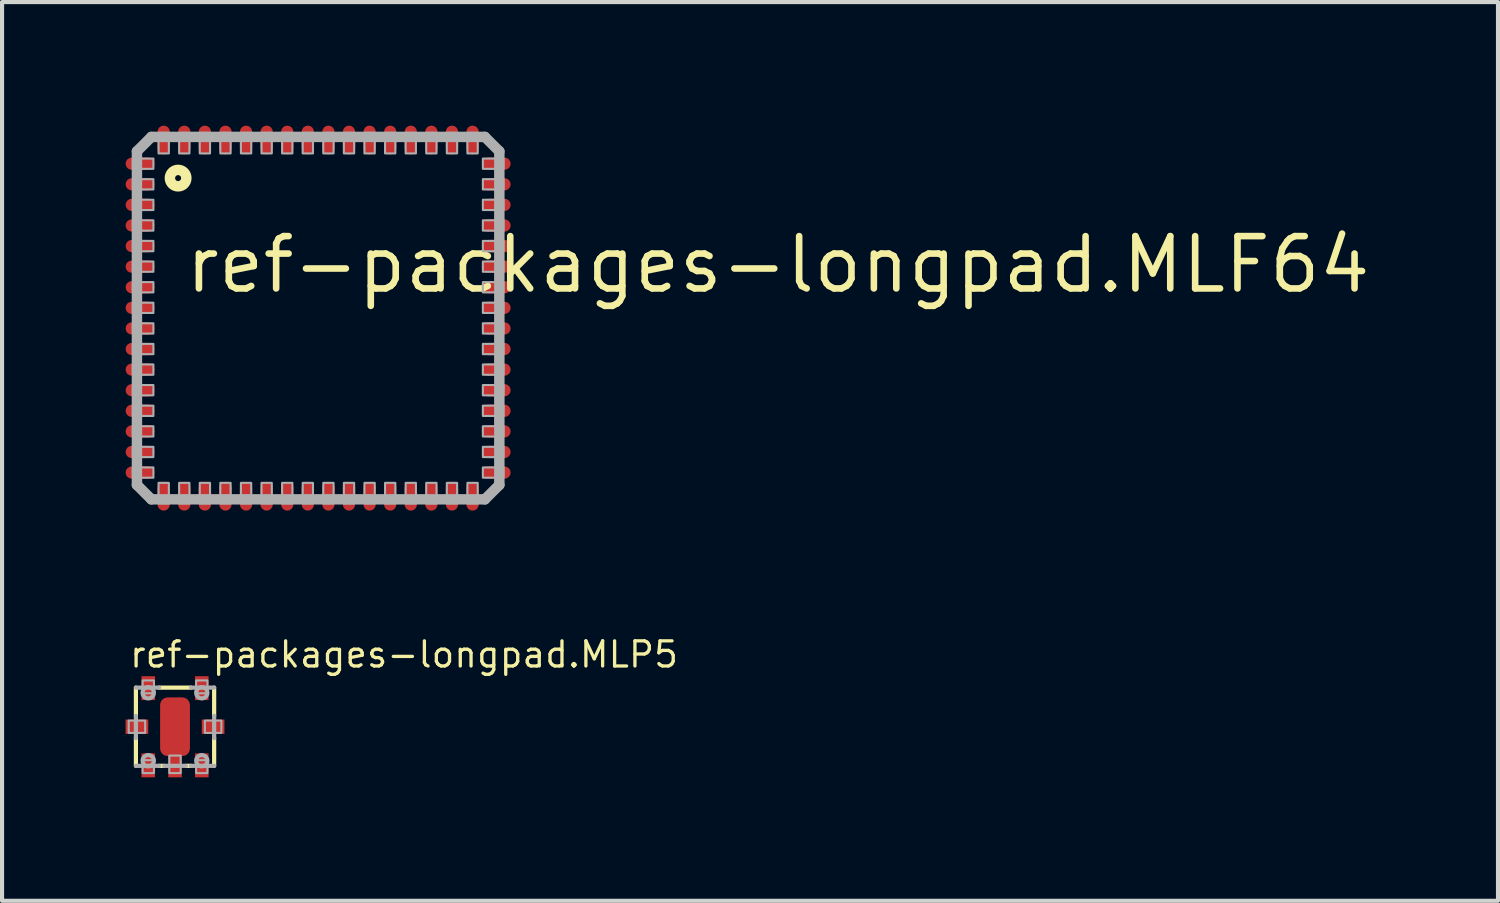
<source format=kicad_pcb>
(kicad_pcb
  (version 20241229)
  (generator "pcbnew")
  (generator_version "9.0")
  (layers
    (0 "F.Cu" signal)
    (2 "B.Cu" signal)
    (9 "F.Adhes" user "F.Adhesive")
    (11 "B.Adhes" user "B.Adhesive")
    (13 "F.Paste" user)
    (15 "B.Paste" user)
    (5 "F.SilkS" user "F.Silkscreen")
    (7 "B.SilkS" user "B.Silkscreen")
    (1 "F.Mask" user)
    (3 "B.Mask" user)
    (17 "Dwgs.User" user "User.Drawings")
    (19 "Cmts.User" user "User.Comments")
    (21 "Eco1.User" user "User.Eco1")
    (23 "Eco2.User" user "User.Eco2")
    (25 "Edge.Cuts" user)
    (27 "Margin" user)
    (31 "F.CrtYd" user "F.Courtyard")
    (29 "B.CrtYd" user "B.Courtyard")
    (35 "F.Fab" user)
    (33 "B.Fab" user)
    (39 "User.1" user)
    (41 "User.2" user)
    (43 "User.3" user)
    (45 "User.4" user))
  (footprint "ref-packages-longpad.MLF64"
    (layer "F.Cu")
    (at 4.675 4.675)
    (property "Reference" "ref-packages-longpad.MLF64" (at -3.302 -0.558 0) (layer "F.SilkS") (effects (font (size 1.27 1.27) (thickness 0.16)) (justify left bottom)))
    (attr smd)
    (fp_circle (center -3.4 -3.4) (end -3.2 -3.4) (stroke (width 0.254) (type default)) (fill no) (layer "F.SilkS"))
    (fp_line (start -4.4 -4.05) (end -4.05 -4.4) (stroke (width 0.254) (type default)) (layer "F.Fab"))
    (fp_line (start -4.4 4.05) (end -4.4 -4.05) (stroke (width 0.254) (type default)) (layer "F.Fab"))
    (fp_line (start -4.05 -4.4) (end 4.05 -4.4) (stroke (width 0.254) (type default)) (layer "F.Fab"))
    (fp_line (start -4.05 4.4) (end -4.4 4.05) (stroke (width 0.254) (type default)) (layer "F.Fab"))
    (fp_line (start 4.05 -4.4) (end 4.4 -4.05) (stroke (width 0.254) (type default)) (layer "F.Fab"))
    (fp_line (start 4.05 4.4) (end -4.05 4.4) (stroke (width 0.254) (type default)) (layer "F.Fab"))
    (fp_line (start 4.4 -4.05) (end 4.4 4.05) (stroke (width 0.254) (type default)) (layer "F.Fab"))
    (fp_line (start 4.4 4.05) (end 4.05 4.4) (stroke (width 0.254) (type default)) (layer "F.Fab"))
    (fp_rect (start -4.5 -3.625) (end -4 -3.875) (stroke (width 0.05) (type default)) (fill no) (layer "F.Fab"))
    (fp_rect (start -4.5 -3.125) (end -4 -3.375) (stroke (width 0.05) (type default)) (fill no) (layer "F.Fab"))
    (fp_rect (start -4.5 -2.625) (end -4 -2.875) (stroke (width 0.05) (type default)) (fill no) (layer "F.Fab"))
    (fp_rect (start -4.5 -2.125) (end -4 -2.375) (stroke (width 0.05) (type default)) (fill no) (layer "F.Fab"))
    (fp_rect (start -4.5 -1.625) (end -4 -1.875) (stroke (width 0.05) (type default)) (fill no) (layer "F.Fab"))
    (fp_rect (start -4.5 -1.125) (end -4 -1.375) (stroke (width 0.05) (type default)) (fill no) (layer "F.Fab"))
    (fp_rect (start -4.5 -0.625) (end -4 -0.875) (stroke (width 0.05) (type default)) (fill no) (layer "F.Fab"))
    (fp_rect (start -4.5 -0.125) (end -4 -0.375) (stroke (width 0.05) (type default)) (fill no) (layer "F.Fab"))
    (fp_rect (start -4.5 0.375) (end -4 0.125) (stroke (width 0.05) (type default)) (fill no) (layer "F.Fab"))
    (fp_rect (start -4.5 0.875) (end -4 0.625) (stroke (width 0.05) (type default)) (fill no) (layer "F.Fab"))
    (fp_rect (start -4.5 1.375) (end -4 1.125) (stroke (width 0.05) (type default)) (fill no) (layer "F.Fab"))
    (fp_rect (start -4.5 1.875) (end -4 1.625) (stroke (width 0.05) (type default)) (fill no) (layer "F.Fab"))
    (fp_rect (start -4.5 2.375) (end -4 2.125) (stroke (width 0.05) (type default)) (fill no) (layer "F.Fab"))
    (fp_rect (start -4.5 2.875) (end -4 2.625) (stroke (width 0.05) (type default)) (fill no) (layer "F.Fab"))
    (fp_rect (start -4.5 3.375) (end -4 3.125) (stroke (width 0.05) (type default)) (fill no) (layer "F.Fab"))
    (fp_rect (start -4.5 3.875) (end -4 3.625) (stroke (width 0.05) (type default)) (fill no) (layer "F.Fab"))
    (fp_rect (start -3.875 -4) (end -3.625 -4.5) (stroke (width 0.05) (type default)) (fill no) (layer "F.Fab"))
    (fp_rect (start -3.875 4.5) (end -3.625 4) (stroke (width 0.05) (type default)) (fill no) (layer "F.Fab"))
    (fp_rect (start -3.375 -4) (end -3.125 -4.5) (stroke (width 0.05) (type default)) (fill no) (layer "F.Fab"))
    (fp_rect (start -3.375 4.5) (end -3.125 4) (stroke (width 0.05) (type default)) (fill no) (layer "F.Fab"))
    (fp_rect (start -2.875 -4) (end -2.625 -4.5) (stroke (width 0.05) (type default)) (fill no) (layer "F.Fab"))
    (fp_rect (start -2.875 4.5) (end -2.625 4) (stroke (width 0.05) (type default)) (fill no) (layer "F.Fab"))
    (fp_rect (start -2.375 -4) (end -2.125 -4.5) (stroke (width 0.05) (type default)) (fill no) (layer "F.Fab"))
    (fp_rect (start -2.375 4.5) (end -2.125 4) (stroke (width 0.05) (type default)) (fill no) (layer "F.Fab"))
    (fp_rect (start -1.875 -4) (end -1.625 -4.5) (stroke (width 0.05) (type default)) (fill no) (layer "F.Fab"))
    (fp_rect (start -1.875 4.5) (end -1.625 4) (stroke (width 0.05) (type default)) (fill no) (layer "F.Fab"))
    (fp_rect (start -1.375 -4) (end -1.125 -4.5) (stroke (width 0.05) (type default)) (fill no) (layer "F.Fab"))
    (fp_rect (start -1.375 4.5) (end -1.125 4) (stroke (width 0.05) (type default)) (fill no) (layer "F.Fab"))
    (fp_rect (start -0.875 -4) (end -0.625 -4.5) (stroke (width 0.05) (type default)) (fill no) (layer "F.Fab"))
    (fp_rect (start -0.875 4.5) (end -0.625 4) (stroke (width 0.05) (type default)) (fill no) (layer "F.Fab"))
    (fp_rect (start -0.375 -4) (end -0.125 -4.5) (stroke (width 0.05) (type default)) (fill no) (layer "F.Fab"))
    (fp_rect (start -0.375 4.5) (end -0.125 4) (stroke (width 0.05) (type default)) (fill no) (layer "F.Fab"))
    (fp_rect (start 0.125 -4) (end 0.375 -4.5) (stroke (width 0.05) (type default)) (fill no) (layer "F.Fab"))
    (fp_rect (start 0.125 4.5) (end 0.375 4) (stroke (width 0.05) (type default)) (fill no) (layer "F.Fab"))
    (fp_rect (start 0.625 -4) (end 0.875 -4.5) (stroke (width 0.05) (type default)) (fill no) (layer "F.Fab"))
    (fp_rect (start 0.625 4.5) (end 0.875 4) (stroke (width 0.05) (type default)) (fill no) (layer "F.Fab"))
    (fp_rect (start 1.125 -4) (end 1.375 -4.5) (stroke (width 0.05) (type default)) (fill no) (layer "F.Fab"))
    (fp_rect (start 1.125 4.5) (end 1.375 4) (stroke (width 0.05) (type default)) (fill no) (layer "F.Fab"))
    (fp_rect (start 1.625 -4) (end 1.875 -4.5) (stroke (width 0.05) (type default)) (fill no) (layer "F.Fab"))
    (fp_rect (start 1.625 4.5) (end 1.875 4) (stroke (width 0.05) (type default)) (fill no) (layer "F.Fab"))
    (fp_rect (start 2.125 -4) (end 2.375 -4.5) (stroke (width 0.05) (type default)) (fill no) (layer "F.Fab"))
    (fp_rect (start 2.125 4.5) (end 2.375 4) (stroke (width 0.05) (type default)) (fill no) (layer "F.Fab"))
    (fp_rect (start 2.625 -4) (end 2.875 -4.5) (stroke (width 0.05) (type default)) (fill no) (layer "F.Fab"))
    (fp_rect (start 2.625 4.5) (end 2.875 4) (stroke (width 0.05) (type default)) (fill no) (layer "F.Fab"))
    (fp_rect (start 3.125 -4) (end 3.375 -4.5) (stroke (width 0.05) (type default)) (fill no) (layer "F.Fab"))
    (fp_rect (start 3.125 4.5) (end 3.375 4) (stroke (width 0.05) (type default)) (fill no) (layer "F.Fab"))
    (fp_rect (start 3.625 -4) (end 3.875 -4.5) (stroke (width 0.05) (type default)) (fill no) (layer "F.Fab"))
    (fp_rect (start 3.625 4.5) (end 3.875 4) (stroke (width 0.05) (type default)) (fill no) (layer "F.Fab"))
    (fp_rect (start 4 -3.625) (end 4.5 -3.875) (stroke (width 0.05) (type default)) (fill no) (layer "F.Fab"))
    (fp_rect (start 4 -3.125) (end 4.5 -3.375) (stroke (width 0.05) (type default)) (fill no) (layer "F.Fab"))
    (fp_rect (start 4 -2.625) (end 4.5 -2.875) (stroke (width 0.05) (type default)) (fill no) (layer "F.Fab"))
    (fp_rect (start 4 -2.125) (end 4.5 -2.375) (stroke (width 0.05) (type default)) (fill no) (layer "F.Fab"))
    (fp_rect (start 4 -1.625) (end 4.5 -1.875) (stroke (width 0.05) (type default)) (fill no) (layer "F.Fab"))
    (fp_rect (start 4 -1.125) (end 4.5 -1.375) (stroke (width 0.05) (type default)) (fill no) (layer "F.Fab"))
    (fp_rect (start 4 -0.625) (end 4.5 -0.875) (stroke (width 0.05) (type default)) (fill no) (layer "F.Fab"))
    (fp_rect (start 4 -0.125) (end 4.5 -0.375) (stroke (width 0.05) (type default)) (fill no) (layer "F.Fab"))
    (fp_rect (start 4 0.375) (end 4.5 0.125) (stroke (width 0.05) (type default)) (fill no) (layer "F.Fab"))
    (fp_rect (start 4 0.875) (end 4.5 0.625) (stroke (width 0.05) (type default)) (fill no) (layer "F.Fab"))
    (fp_rect (start 4 1.375) (end 4.5 1.125) (stroke (width 0.05) (type default)) (fill no) (layer "F.Fab"))
    (fp_rect (start 4 1.875) (end 4.5 1.625) (stroke (width 0.05) (type default)) (fill no) (layer "F.Fab"))
    (fp_rect (start 4 2.375) (end 4.5 2.125) (stroke (width 0.05) (type default)) (fill no) (layer "F.Fab"))
    (fp_rect (start 4 2.875) (end 4.5 2.625) (stroke (width 0.05) (type default)) (fill no) (layer "F.Fab"))
    (fp_rect (start 4 3.375) (end 4.5 3.125) (stroke (width 0.05) (type default)) (fill no) (layer "F.Fab"))
    (fp_rect (start 4 3.875) (end 4.5 3.625) (stroke (width 0.05) (type default)) (fill no) (layer "F.Fab"))
    (pad "1" smd roundrect (at -4.325 -3.75) (size 0.7 0.3) (layers "F.Cu" "F.Mask" "F.Paste") (roundrect_rratio 0.5))
    (pad "2" smd roundrect (at -4.325 -3.25) (size 0.7 0.3) (layers "F.Cu" "F.Mask" "F.Paste") (roundrect_rratio 0.5))
    (pad "3" smd roundrect (at -4.325 -2.75) (size 0.7 0.3) (layers "F.Cu" "F.Mask" "F.Paste") (roundrect_rratio 0.5))
    (pad "4" smd roundrect (at -4.325 -2.25) (size 0.7 0.3) (layers "F.Cu" "F.Mask" "F.Paste") (roundrect_rratio 0.5))
    (pad "5" smd roundrect (at -4.325 -1.75) (size 0.7 0.3) (layers "F.Cu" "F.Mask" "F.Paste") (roundrect_rratio 0.5))
    (pad "6" smd roundrect (at -4.325 -1.25) (size 0.7 0.3) (layers "F.Cu" "F.Mask" "F.Paste") (roundrect_rratio 0.5))
    (pad "7" smd roundrect (at -4.325 -0.75) (size 0.7 0.3) (layers "F.Cu" "F.Mask" "F.Paste") (roundrect_rratio 0.5))
    (pad "8" smd roundrect (at -4.325 -0.25) (size 0.7 0.3) (layers "F.Cu" "F.Mask" "F.Paste") (roundrect_rratio 0.5))
    (pad "9" smd roundrect (at -4.325 0.25) (size 0.7 0.3) (layers "F.Cu" "F.Mask" "F.Paste") (roundrect_rratio 0.5))
    (pad "10" smd roundrect (at -4.325 0.75) (size 0.7 0.3) (layers "F.Cu" "F.Mask" "F.Paste") (roundrect_rratio 0.5))
    (pad "11" smd roundrect (at -4.325 1.25) (size 0.7 0.3) (layers "F.Cu" "F.Mask" "F.Paste") (roundrect_rratio 0.5))
    (pad "12" smd roundrect (at -4.325 1.75) (size 0.7 0.3) (layers "F.Cu" "F.Mask" "F.Paste") (roundrect_rratio 0.5))
    (pad "13" smd roundrect (at -4.325 2.25) (size 0.7 0.3) (layers "F.Cu" "F.Mask" "F.Paste") (roundrect_rratio 0.5))
    (pad "14" smd roundrect (at -4.325 2.75) (size 0.7 0.3) (layers "F.Cu" "F.Mask" "F.Paste") (roundrect_rratio 0.5))
    (pad "15" smd roundrect (at -4.325 3.25) (size 0.7 0.3) (layers "F.Cu" "F.Mask" "F.Paste") (roundrect_rratio 0.5))
    (pad "16" smd roundrect (at -4.325 3.75) (size 0.7 0.3) (layers "F.Cu" "F.Mask" "F.Paste") (roundrect_rratio 0.5))
    (pad "17" smd roundrect (at -3.75 4.325) (size 0.3 0.7) (layers "F.Cu" "F.Mask" "F.Paste") (roundrect_rratio 0.5))
    (pad "18" smd roundrect (at -3.25 4.325) (size 0.3 0.7) (layers "F.Cu" "F.Mask" "F.Paste") (roundrect_rratio 0.5))
    (pad "19" smd roundrect (at -2.75 4.325) (size 0.3 0.7) (layers "F.Cu" "F.Mask" "F.Paste") (roundrect_rratio 0.5))
    (pad "20" smd roundrect (at -2.25 4.325) (size 0.3 0.7) (layers "F.Cu" "F.Mask" "F.Paste") (roundrect_rratio 0.5))
    (pad "21" smd roundrect (at -1.75 4.325) (size 0.3 0.7) (layers "F.Cu" "F.Mask" "F.Paste") (roundrect_rratio 0.5))
    (pad "22" smd roundrect (at -1.25 4.325) (size 0.3 0.7) (layers "F.Cu" "F.Mask" "F.Paste") (roundrect_rratio 0.5))
    (pad "23" smd roundrect (at -0.75 4.325) (size 0.3 0.7) (layers "F.Cu" "F.Mask" "F.Paste") (roundrect_rratio 0.5))
    (pad "24" smd roundrect (at -0.25 4.325) (size 0.3 0.7) (layers "F.Cu" "F.Mask" "F.Paste") (roundrect_rratio 0.5))
    (pad "25" smd roundrect (at 0.25 4.325) (size 0.3 0.7) (layers "F.Cu" "F.Mask" "F.Paste") (roundrect_rratio 0.5))
    (pad "26" smd roundrect (at 0.75 4.325) (size 0.3 0.7) (layers "F.Cu" "F.Mask" "F.Paste") (roundrect_rratio 0.5))
    (pad "27" smd roundrect (at 1.25 4.325) (size 0.3 0.7) (layers "F.Cu" "F.Mask" "F.Paste") (roundrect_rratio 0.5))
    (pad "28" smd roundrect (at 1.75 4.325) (size 0.3 0.7) (layers "F.Cu" "F.Mask" "F.Paste") (roundrect_rratio 0.5))
    (pad "29" smd roundrect (at 2.25 4.325) (size 0.3 0.7) (layers "F.Cu" "F.Mask" "F.Paste") (roundrect_rratio 0.5))
    (pad "30" smd roundrect (at 2.75 4.325) (size 0.3 0.7) (layers "F.Cu" "F.Mask" "F.Paste") (roundrect_rratio 0.5))
    (pad "31" smd roundrect (at 3.25 4.325) (size 0.3 0.7) (layers "F.Cu" "F.Mask" "F.Paste") (roundrect_rratio 0.5))
    (pad "32" smd roundrect (at 3.75 4.325) (size 0.3 0.7) (layers "F.Cu" "F.Mask" "F.Paste") (roundrect_rratio 0.5))
    (pad "33" smd roundrect (at 4.325 3.75) (size 0.7 0.3) (layers "F.Cu" "F.Mask" "F.Paste") (roundrect_rratio 0.5))
    (pad "34" smd roundrect (at 4.325 3.25) (size 0.7 0.3) (layers "F.Cu" "F.Mask" "F.Paste") (roundrect_rratio 0.5))
    (pad "35" smd roundrect (at 4.325 2.75) (size 0.7 0.3) (layers "F.Cu" "F.Mask" "F.Paste") (roundrect_rratio 0.5))
    (pad "36" smd roundrect (at 4.325 2.25) (size 0.7 0.3) (layers "F.Cu" "F.Mask" "F.Paste") (roundrect_rratio 0.5))
    (pad "37" smd roundrect (at 4.325 1.75) (size 0.7 0.3) (layers "F.Cu" "F.Mask" "F.Paste") (roundrect_rratio 0.5))
    (pad "38" smd roundrect (at 4.325 1.25) (size 0.7 0.3) (layers "F.Cu" "F.Mask" "F.Paste") (roundrect_rratio 0.5))
    (pad "39" smd roundrect (at 4.325 0.75) (size 0.7 0.3) (layers "F.Cu" "F.Mask" "F.Paste") (roundrect_rratio 0.5))
    (pad "40" smd roundrect (at 4.325 0.25) (size 0.7 0.3) (layers "F.Cu" "F.Mask" "F.Paste") (roundrect_rratio 0.5))
    (pad "41" smd roundrect (at 4.325 -0.25) (size 0.7 0.3) (layers "F.Cu" "F.Mask" "F.Paste") (roundrect_rratio 0.5))
    (pad "42" smd roundrect (at 4.325 -0.75) (size 0.7 0.3) (layers "F.Cu" "F.Mask" "F.Paste") (roundrect_rratio 0.5))
    (pad "43" smd roundrect (at 4.325 -1.25) (size 0.7 0.3) (layers "F.Cu" "F.Mask" "F.Paste") (roundrect_rratio 0.5))
    (pad "44" smd roundrect (at 4.325 -1.75) (size 0.7 0.3) (layers "F.Cu" "F.Mask" "F.Paste") (roundrect_rratio 0.5))
    (pad "45" smd roundrect (at 4.325 -2.25) (size 0.7 0.3) (layers "F.Cu" "F.Mask" "F.Paste") (roundrect_rratio 0.5))
    (pad "46" smd roundrect (at 4.325 -2.75) (size 0.7 0.3) (layers "F.Cu" "F.Mask" "F.Paste") (roundrect_rratio 0.5))
    (pad "47" smd roundrect (at 4.325 -3.25) (size 0.7 0.3) (layers "F.Cu" "F.Mask" "F.Paste") (roundrect_rratio 0.5))
    (pad "48" smd roundrect (at 4.325 -3.75) (size 0.7 0.3) (layers "F.Cu" "F.Mask" "F.Paste") (roundrect_rratio 0.5))
    (pad "49" smd roundrect (at 3.75 -4.325) (size 0.3 0.7) (layers "F.Cu" "F.Mask" "F.Paste") (roundrect_rratio 0.5))
    (pad "50" smd roundrect (at 3.25 -4.325) (size 0.3 0.7) (layers "F.Cu" "F.Mask" "F.Paste") (roundrect_rratio 0.5))
    (pad "51" smd roundrect (at 2.75 -4.325) (size 0.3 0.7) (layers "F.Cu" "F.Mask" "F.Paste") (roundrect_rratio 0.5))
    (pad "52" smd roundrect (at 2.25 -4.325) (size 0.3 0.7) (layers "F.Cu" "F.Mask" "F.Paste") (roundrect_rratio 0.5))
    (pad "53" smd roundrect (at 1.75 -4.325) (size 0.3 0.7) (layers "F.Cu" "F.Mask" "F.Paste") (roundrect_rratio 0.5))
    (pad "54" smd roundrect (at 1.25 -4.325) (size 0.3 0.7) (layers "F.Cu" "F.Mask" "F.Paste") (roundrect_rratio 0.5))
    (pad "55" smd roundrect (at 0.75 -4.325) (size 0.3 0.7) (layers "F.Cu" "F.Mask" "F.Paste") (roundrect_rratio 0.5))
    (pad "56" smd roundrect (at 0.25 -4.325) (size 0.3 0.7) (layers "F.Cu" "F.Mask" "F.Paste") (roundrect_rratio 0.5))
    (pad "57" smd roundrect (at -0.25 -4.325) (size 0.3 0.7) (layers "F.Cu" "F.Mask" "F.Paste") (roundrect_rratio 0.5))
    (pad "58" smd roundrect (at -0.75 -4.325) (size 0.3 0.7) (layers "F.Cu" "F.Mask" "F.Paste") (roundrect_rratio 0.5))
    (pad "59" smd roundrect (at -1.25 -4.325) (size 0.3 0.7) (layers "F.Cu" "F.Mask" "F.Paste") (roundrect_rratio 0.5))
    (pad "60" smd roundrect (at -1.75 -4.325) (size 0.3 0.7) (layers "F.Cu" "F.Mask" "F.Paste") (roundrect_rratio 0.5))
    (pad "61" smd roundrect (at -2.25 -4.325) (size 0.3 0.7) (layers "F.Cu" "F.Mask" "F.Paste") (roundrect_rratio 0.5))
    (pad "62" smd roundrect (at -2.75 -4.325) (size 0.3 0.7) (layers "F.Cu" "F.Mask" "F.Paste") (roundrect_rratio 0.5))
    (pad "63" smd roundrect (at -3.25 -4.325) (size 0.3 0.7) (layers "F.Cu" "F.Mask" "F.Paste") (roundrect_rratio 0.5))
    (pad "64" smd roundrect (at -3.75 -4.325) (size 0.3 0.7) (layers "F.Cu" "F.Mask" "F.Paste") (roundrect_rratio 0.5)))
  (footprint "ref-packages-longpad.MLP5"
    (layer "F.Cu")
    (at 1.2 14.597)
    (property "Reference" "ref-packages-longpad.MLP5" (at -1.143 -1.397 0) (layer "F.SilkS") (effects (font (size 0.61 0.61) (thickness 0.08)) (justify left bottom)))
    (attr smd)
    (fp_line (start -0.95 -0.263) (end -0.95 -0.95) (stroke (width 0.102) (type default)) (layer "F.SilkS"))
    (fp_line (start -0.95 0.95) (end -0.95 0.275) (stroke (width 0.102) (type default)) (layer "F.SilkS"))
    (fp_line (start -0.388 -0.95) (end 0.388 -0.95) (stroke (width 0.102) (type default)) (layer "F.SilkS"))
    (fp_line (start -0.263 0.95) (end -0.388 0.95) (stroke (width 0.102) (type default)) (layer "F.SilkS"))
    (fp_line (start 0.388 0.95) (end 0.263 0.95) (stroke (width 0.102) (type default)) (layer "F.SilkS"))
    (fp_line (start 0.95 -0.95) (end 0.95 -0.263) (stroke (width 0.102) (type default)) (layer "F.SilkS"))
    (fp_line (start 0.95 0.275) (end 0.95 0.95) (stroke (width 0.102) (type default)) (layer "F.SilkS"))
    (fp_line (start -0.95 -0.95) (end -0.388 -0.95) (stroke (width 0.102) (type default)) (layer "F.Fab"))
    (fp_line (start -0.95 0.275) (end -0.95 -0.263) (stroke (width 0.102) (type default)) (layer "F.Fab"))
    (fp_line (start -0.388 0.95) (end -0.95 0.95) (stroke (width 0.102) (type default)) (layer "F.Fab"))
    (fp_line (start 0.263 0.95) (end -0.263 0.95) (stroke (width 0.102) (type default)) (layer "F.Fab"))
    (fp_line (start 0.388 -0.95) (end 0.95 -0.95) (stroke (width 0.102) (type default)) (layer "F.Fab"))
    (fp_line (start 0.95 -0.263) (end 0.95 0.275) (stroke (width 0.102) (type default)) (layer "F.Fab"))
    (fp_line (start 0.95 0.95) (end 0.388 0.95) (stroke (width 0.102) (type default)) (layer "F.Fab"))
    (fp_rect (start -1.125 0.15) (end -0.725 -0.15) (stroke (width 0.05) (type default)) (fill no) (layer "F.Fab"))
    (fp_rect (start -0.787 -0.812) (end -0.512 -1.125) (stroke (width 0.05) (type default)) (fill no) (layer "F.Fab"))
    (fp_rect (start -0.787 1.125) (end -0.512 0.812) (stroke (width 0.05) (type default)) (fill no) (layer "F.Fab"))
    (fp_rect (start -0.138 1.125) (end 0.138 0.7) (stroke (width 0.05) (type default)) (fill no) (layer "F.Fab"))
    (fp_rect (start 0.512 -0.812) (end 0.787 -1.125) (stroke (width 0.05) (type default)) (fill no) (layer "F.Fab"))
    (fp_rect (start 0.512 1.125) (end 0.787 0.812) (stroke (width 0.05) (type default)) (fill no) (layer "F.Fab"))
    (fp_rect (start 0.725 0.15) (end 1.125 -0.15) (stroke (width 0.05) (type default)) (fill no) (layer "F.Fab"))
    (fp_circle (center -0.65 -0.825) (end -0.512 -0.825) (stroke (width 0.1) (type default)) (fill no) (layer "F.Fab"))
    (fp_circle (center -0.65 0.825) (end -0.512 0.825) (stroke (width 0.1) (type default)) (fill no) (layer "F.Fab"))
    (fp_circle (center 0.65 -0.825) (end 0.787 -0.825) (stroke (width 0.1) (type default)) (fill no) (layer "F.Fab"))
    (fp_circle (center 0.65 0.825) (end 0.787 0.825) (stroke (width 0.1) (type default)) (fill no) (layer "F.Fab"))
    (pad "1" smd roundrect (at -0.65 0.938) (size 0.33 0.58) (layers "F.Cu" "F.Mask" "F.Paste") (roundrect_rratio 0.01))
    (pad "2" smd roundrect (at 0 0.938) (size 0.33 0.58) (layers "F.Cu" "F.Mask" "F.Paste") (roundrect_rratio 0.01))
    (pad "2@1" smd roundrect (at 0 0) (size 0.724 1.424) (layers "F.Cu" "F.Mask" "F.Paste") (roundrect_rratio 0.25))
    (pad "3" smd roundrect (at 0.65 0.938) (size 0.33 0.58) (layers "F.Cu" "F.Mask" "F.Paste") (roundrect_rratio 0.01))
    (pad "4" smd roundrect (at 0.65 -0.938) (size 0.33 0.58) (layers "F.Cu" "F.Mask" "F.Paste") (roundrect_rratio 0.01))
    (pad "5" smd roundrect (at -0.65 -0.938) (size 0.33 0.58) (layers "F.Cu" "F.Mask" "F.Paste") (roundrect_rratio 0.01))
    (pad "X1" smd roundrect (at -0.925 0) (size 0.55 0.35) (layers "F.Cu" "F.Mask" "F.Paste") (roundrect_rratio 0.01))
    (pad "X2" smd roundrect (at 0.925 0) (size 0.55 0.35) (layers "F.Cu" "F.Mask" "F.Paste") (roundrect_rratio 0.01)))
  (gr_rect
    (start -3 -3)
    (end 33.325 18.824)
    (stroke (width 0.1) (type default))
    (fill no)
    (layer "Edge.Cuts")))
</source>
